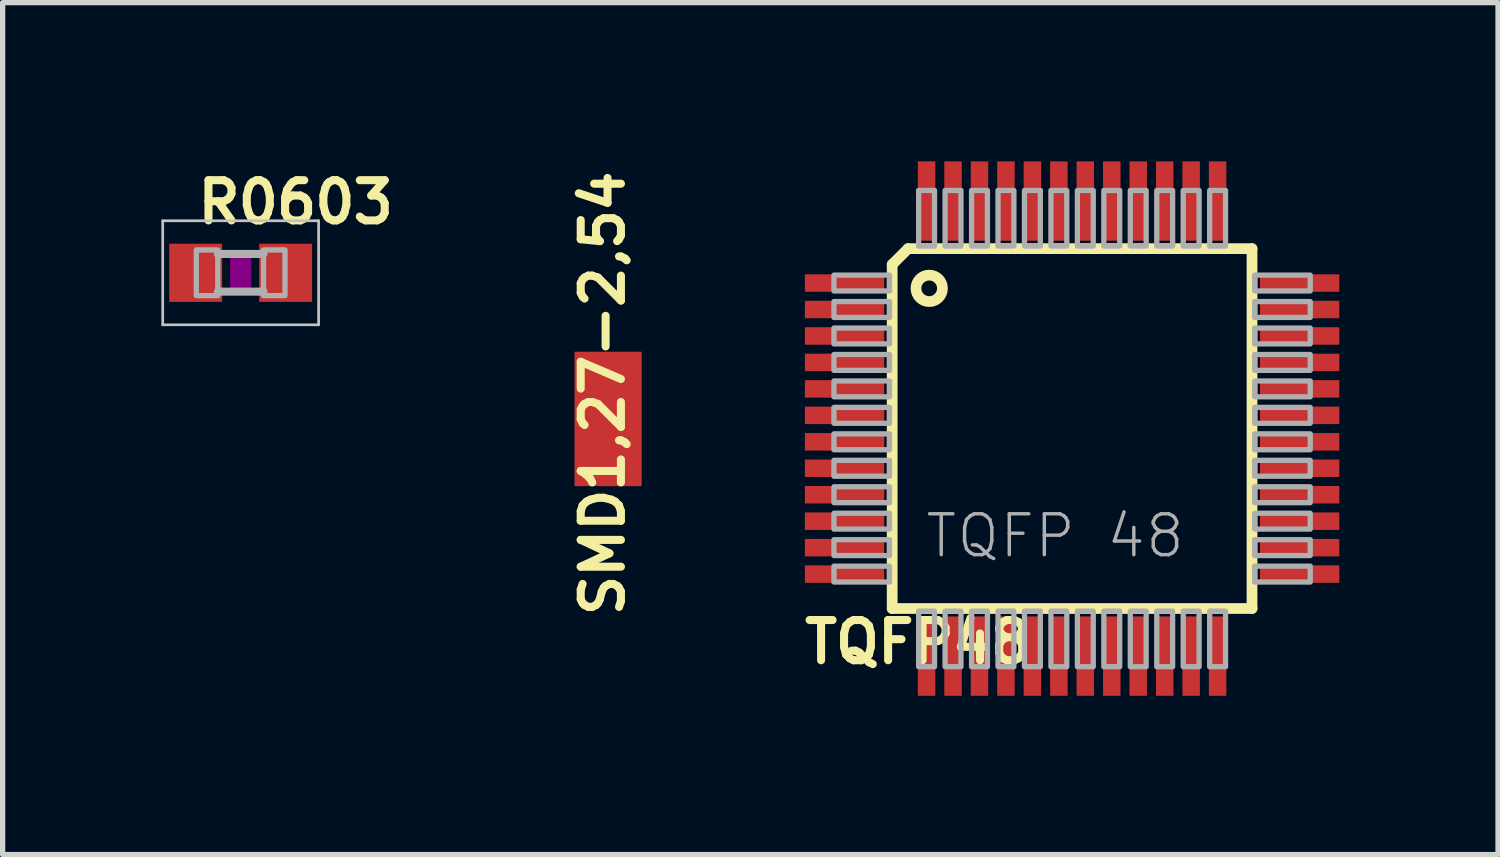
<source format=kicad_pcb>
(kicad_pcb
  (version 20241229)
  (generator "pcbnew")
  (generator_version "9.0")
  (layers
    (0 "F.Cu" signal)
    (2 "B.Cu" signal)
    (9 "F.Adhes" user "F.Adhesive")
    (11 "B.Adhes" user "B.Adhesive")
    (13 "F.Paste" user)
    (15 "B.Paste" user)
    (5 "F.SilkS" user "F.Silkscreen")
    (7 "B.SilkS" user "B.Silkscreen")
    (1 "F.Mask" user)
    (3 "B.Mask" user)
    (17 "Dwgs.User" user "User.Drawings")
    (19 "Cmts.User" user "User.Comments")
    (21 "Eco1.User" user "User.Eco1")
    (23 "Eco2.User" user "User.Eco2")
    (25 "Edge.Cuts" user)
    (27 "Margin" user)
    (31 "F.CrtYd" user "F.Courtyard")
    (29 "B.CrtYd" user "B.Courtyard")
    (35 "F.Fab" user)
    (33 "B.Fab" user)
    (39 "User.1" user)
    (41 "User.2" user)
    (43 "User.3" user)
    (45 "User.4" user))
  (footprint "TQFP48"
    (layer "F.Cu")
    (at 17.21 5.049)
    (property "Reference" "TQFP48" (at -5.133 4.479 0) (layer "F.SilkS") (effects (font (size 0.76 0.76) (thickness 0.152)) (justify left bottom)))
    (attr through_hole)
    (fp_line (start -3.4 -3.1) (end -3.4 3.4) (stroke (width 0.203) (type solid)) (layer "F.SilkS"))
    (fp_line (start -3.4 3.4) (end 3.4 3.4) (stroke (width 0.203) (type solid)) (layer "F.SilkS"))
    (fp_line (start -3.1 -3.4) (end -3.4 -3.1) (stroke (width 0.203) (type solid)) (layer "F.SilkS"))
    (fp_line (start 3.4 -3.4) (end -3.1 -3.4) (stroke (width 0.203) (type solid)) (layer "F.SilkS"))
    (fp_line (start 3.4 3.4) (end 3.4 -3.4) (stroke (width 0.203) (type solid)) (layer "F.SilkS"))
    (fp_circle (center -2.7 -2.65) (end -2.45 -2.65) (stroke (width 0.203) (type solid)) (fill no) (layer "F.SilkS"))
    (fp_poly (pts (xy -4.5 -2.6) (xy -3.45 -2.6) (xy -3.45 -2.9) (xy -4.5 -2.9)) (stroke (width 0.1) (type solid)) (fill no) (layer "F.Fab"))
    (fp_poly (pts (xy -4.5 -2.1) (xy -3.45 -2.1) (xy -3.45 -2.4) (xy -4.5 -2.4)) (stroke (width 0.1) (type solid)) (fill no) (layer "F.Fab"))
    (fp_poly (pts (xy -4.5 -1.6) (xy -3.45 -1.6) (xy -3.45 -1.9) (xy -4.5 -1.9)) (stroke (width 0.1) (type solid)) (fill no) (layer "F.Fab"))
    (fp_poly (pts (xy -4.5 -1.1) (xy -3.45 -1.1) (xy -3.45 -1.4) (xy -4.5 -1.4)) (stroke (width 0.1) (type solid)) (fill no) (layer "F.Fab"))
    (fp_poly (pts (xy -4.5 -0.6) (xy -3.45 -0.6) (xy -3.45 -0.9) (xy -4.5 -0.9)) (stroke (width 0.1) (type solid)) (fill no) (layer "F.Fab"))
    (fp_poly (pts (xy -4.5 -0.1) (xy -3.45 -0.1) (xy -3.45 -0.4) (xy -4.5 -0.4)) (stroke (width 0.1) (type solid)) (fill no) (layer "F.Fab"))
    (fp_poly (pts (xy -4.5 0.4) (xy -3.45 0.4) (xy -3.45 0.1) (xy -4.5 0.1)) (stroke (width 0.1) (type solid)) (fill no) (layer "F.Fab"))
    (fp_poly (pts (xy -4.5 0.9) (xy -3.45 0.9) (xy -3.45 0.6) (xy -4.5 0.6)) (stroke (width 0.1) (type solid)) (fill no) (layer "F.Fab"))
    (fp_poly (pts (xy -4.5 1.4) (xy -3.45 1.4) (xy -3.45 1.1) (xy -4.5 1.1)) (stroke (width 0.1) (type solid)) (fill no) (layer "F.Fab"))
    (fp_poly (pts (xy -4.5 1.9) (xy -3.45 1.9) (xy -3.45 1.6) (xy -4.5 1.6)) (stroke (width 0.1) (type solid)) (fill no) (layer "F.Fab"))
    (fp_poly (pts (xy -4.5 2.4) (xy -3.45 2.4) (xy -3.45 2.1) (xy -4.5 2.1)) (stroke (width 0.1) (type solid)) (fill no) (layer "F.Fab"))
    (fp_poly (pts (xy -4.5 2.9) (xy -3.45 2.9) (xy -3.45 2.6) (xy -4.5 2.6)) (stroke (width 0.1) (type solid)) (fill no) (layer "F.Fab"))
    (fp_poly (pts (xy -2.9 -3.45) (xy -2.6 -3.45) (xy -2.6 -4.5) (xy -2.9 -4.5)) (stroke (width 0.1) (type solid)) (fill no) (layer "F.Fab"))
    (fp_poly (pts (xy -2.9 4.5) (xy -2.6 4.5) (xy -2.6 3.45) (xy -2.9 3.45)) (stroke (width 0.1) (type solid)) (fill no) (layer "F.Fab"))
    (fp_poly (pts (xy -2.4 -3.45) (xy -2.1 -3.45) (xy -2.1 -4.5) (xy -2.4 -4.5)) (stroke (width 0.1) (type solid)) (fill no) (layer "F.Fab"))
    (fp_poly (pts (xy -2.4 4.5) (xy -2.1 4.5) (xy -2.1 3.45) (xy -2.4 3.45)) (stroke (width 0.1) (type solid)) (fill no) (layer "F.Fab"))
    (fp_poly (pts (xy -1.9 -3.45) (xy -1.6 -3.45) (xy -1.6 -4.5) (xy -1.9 -4.5)) (stroke (width 0.1) (type solid)) (fill no) (layer "F.Fab"))
    (fp_poly (pts (xy -1.9 4.5) (xy -1.6 4.5) (xy -1.6 3.45) (xy -1.9 3.45)) (stroke (width 0.1) (type solid)) (fill no) (layer "F.Fab"))
    (fp_poly (pts (xy -1.4 -3.45) (xy -1.1 -3.45) (xy -1.1 -4.5) (xy -1.4 -4.5)) (stroke (width 0.1) (type solid)) (fill no) (layer "F.Fab"))
    (fp_poly (pts (xy -1.4 4.5) (xy -1.1 4.5) (xy -1.1 3.45) (xy -1.4 3.45)) (stroke (width 0.1) (type solid)) (fill no) (layer "F.Fab"))
    (fp_poly (pts (xy -0.9 -3.45) (xy -0.6 -3.45) (xy -0.6 -4.5) (xy -0.9 -4.5)) (stroke (width 0.1) (type solid)) (fill no) (layer "F.Fab"))
    (fp_poly (pts (xy -0.9 4.5) (xy -0.6 4.5) (xy -0.6 3.45) (xy -0.9 3.45)) (stroke (width 0.1) (type solid)) (fill no) (layer "F.Fab"))
    (fp_poly (pts (xy -0.4 -3.45) (xy -0.1 -3.45) (xy -0.1 -4.5) (xy -0.4 -4.5)) (stroke (width 0.1) (type solid)) (fill no) (layer "F.Fab"))
    (fp_poly (pts (xy -0.4 4.5) (xy -0.1 4.5) (xy -0.1 3.45) (xy -0.4 3.45)) (stroke (width 0.1) (type solid)) (fill no) (layer "F.Fab"))
    (fp_poly (pts (xy 0.1 -3.45) (xy 0.4 -3.45) (xy 0.4 -4.5) (xy 0.1 -4.5)) (stroke (width 0.1) (type solid)) (fill no) (layer "F.Fab"))
    (fp_poly (pts (xy 0.1 4.5) (xy 0.4 4.5) (xy 0.4 3.45) (xy 0.1 3.45)) (stroke (width 0.1) (type solid)) (fill no) (layer "F.Fab"))
    (fp_poly (pts (xy 0.6 -3.45) (xy 0.9 -3.45) (xy 0.9 -4.5) (xy 0.6 -4.5)) (stroke (width 0.1) (type solid)) (fill no) (layer "F.Fab"))
    (fp_poly (pts (xy 0.6 4.5) (xy 0.9 4.5) (xy 0.9 3.45) (xy 0.6 3.45)) (stroke (width 0.1) (type solid)) (fill no) (layer "F.Fab"))
    (fp_poly (pts (xy 1.1 -3.45) (xy 1.4 -3.45) (xy 1.4 -4.5) (xy 1.1 -4.5)) (stroke (width 0.1) (type solid)) (fill no) (layer "F.Fab"))
    (fp_poly (pts (xy 1.1 4.5) (xy 1.4 4.5) (xy 1.4 3.45) (xy 1.1 3.45)) (stroke (width 0.1) (type solid)) (fill no) (layer "F.Fab"))
    (fp_poly (pts (xy 1.6 -3.45) (xy 1.9 -3.45) (xy 1.9 -4.5) (xy 1.6 -4.5)) (stroke (width 0.1) (type solid)) (fill no) (layer "F.Fab"))
    (fp_poly (pts (xy 1.6 4.5) (xy 1.9 4.5) (xy 1.9 3.45) (xy 1.6 3.45)) (stroke (width 0.1) (type solid)) (fill no) (layer "F.Fab"))
    (fp_poly (pts (xy 2.1 -3.45) (xy 2.4 -3.45) (xy 2.4 -4.5) (xy 2.1 -4.5)) (stroke (width 0.1) (type solid)) (fill no) (layer "F.Fab"))
    (fp_poly (pts (xy 2.1 4.5) (xy 2.4 4.5) (xy 2.4 3.45) (xy 2.1 3.45)) (stroke (width 0.1) (type solid)) (fill no) (layer "F.Fab"))
    (fp_poly (pts (xy 2.6 -3.45) (xy 2.9 -3.45) (xy 2.9 -4.5) (xy 2.6 -4.5)) (stroke (width 0.1) (type solid)) (fill no) (layer "F.Fab"))
    (fp_poly (pts (xy 2.6 4.5) (xy 2.9 4.5) (xy 2.9 3.45) (xy 2.6 3.45)) (stroke (width 0.1) (type solid)) (fill no) (layer "F.Fab"))
    (fp_poly (pts (xy 3.45 -2.6) (xy 4.5 -2.6) (xy 4.5 -2.9) (xy 3.45 -2.9)) (stroke (width 0.1) (type solid)) (fill no) (layer "F.Fab"))
    (fp_poly (pts (xy 3.45 -2.1) (xy 4.5 -2.1) (xy 4.5 -2.4) (xy 3.45 -2.4)) (stroke (width 0.1) (type solid)) (fill no) (layer "F.Fab"))
    (fp_poly (pts (xy 3.45 -1.6) (xy 4.5 -1.6) (xy 4.5 -1.9) (xy 3.45 -1.9)) (stroke (width 0.1) (type solid)) (fill no) (layer "F.Fab"))
    (fp_poly (pts (xy 3.45 -1.1) (xy 4.5 -1.1) (xy 4.5 -1.4) (xy 3.45 -1.4)) (stroke (width 0.1) (type solid)) (fill no) (layer "F.Fab"))
    (fp_poly (pts (xy 3.45 -0.6) (xy 4.5 -0.6) (xy 4.5 -0.9) (xy 3.45 -0.9)) (stroke (width 0.1) (type solid)) (fill no) (layer "F.Fab"))
    (fp_poly (pts (xy 3.45 -0.1) (xy 4.5 -0.1) (xy 4.5 -0.4) (xy 3.45 -0.4)) (stroke (width 0.1) (type solid)) (fill no) (layer "F.Fab"))
    (fp_poly (pts (xy 3.45 0.4) (xy 4.5 0.4) (xy 4.5 0.1) (xy 3.45 0.1)) (stroke (width 0.1) (type solid)) (fill no) (layer "F.Fab"))
    (fp_poly (pts (xy 3.45 0.9) (xy 4.5 0.9) (xy 4.5 0.6) (xy 3.45 0.6)) (stroke (width 0.1) (type solid)) (fill no) (layer "F.Fab"))
    (fp_poly (pts (xy 3.45 1.4) (xy 4.5 1.4) (xy 4.5 1.1) (xy 3.45 1.1)) (stroke (width 0.1) (type solid)) (fill no) (layer "F.Fab"))
    (fp_poly (pts (xy 3.45 1.9) (xy 4.5 1.9) (xy 4.5 1.6) (xy 3.45 1.6)) (stroke (width 0.1) (type solid)) (fill no) (layer "F.Fab"))
    (fp_poly (pts (xy 3.45 2.4) (xy 4.5 2.4) (xy 4.5 2.1) (xy 3.45 2.1)) (stroke (width 0.1) (type solid)) (fill no) (layer "F.Fab"))
    (fp_poly (pts (xy 3.45 2.9) (xy 4.5 2.9) (xy 4.5 2.6) (xy 3.45 2.6)) (stroke (width 0.1) (type solid)) (fill no) (layer "F.Fab"))
    (fp_text user "TQFP 48" (at -2.81 2.48 0) (layer "F.Fab") (effects (font (size 0.772 0.772) (thickness 0.065)) (justify left bottom)))
    (pad "1" smd rect (at -4.3 -2.75) (size 1.499 0.33) (layers "F.Cu" "F.Mask" "F.Paste"))
    (pad "2" smd rect (at -4.3 -2.25) (size 1.499 0.33) (layers "F.Cu" "F.Mask" "F.Paste"))
    (pad "3" smd rect (at -4.3 -1.75) (size 1.499 0.33) (layers "F.Cu" "F.Mask" "F.Paste"))
    (pad "4" smd rect (at -4.3 -1.25) (size 1.499 0.33) (layers "F.Cu" "F.Mask" "F.Paste"))
    (pad "5" smd rect (at -4.3 -0.75) (size 1.499 0.33) (layers "F.Cu" "F.Mask" "F.Paste"))
    (pad "6" smd rect (at -4.3 -0.25) (size 1.499 0.33) (layers "F.Cu" "F.Mask" "F.Paste"))
    (pad "7" smd rect (at -4.3 0.25) (size 1.499 0.33) (layers "F.Cu" "F.Mask" "F.Paste"))
    (pad "8" smd rect (at -4.3 0.75) (size 1.499 0.33) (layers "F.Cu" "F.Mask" "F.Paste"))
    (pad "9" smd rect (at -4.3 1.25) (size 1.499 0.33) (layers "F.Cu" "F.Mask" "F.Paste"))
    (pad "10" smd rect (at -4.3 1.75) (size 1.499 0.33) (layers "F.Cu" "F.Mask" "F.Paste"))
    (pad "11" smd rect (at -4.3 2.25) (size 1.499 0.33) (layers "F.Cu" "F.Mask" "F.Paste"))
    (pad "12" smd rect (at -4.3 2.75) (size 1.499 0.33) (layers "F.Cu" "F.Mask" "F.Paste"))
    (pad "13" smd rect (at -2.75 4.3) (size 0.33 1.499) (layers "F.Cu" "F.Mask" "F.Paste"))
    (pad "14" smd rect (at -2.25 4.3) (size 0.33 1.499) (layers "F.Cu" "F.Mask" "F.Paste"))
    (pad "15" smd rect (at -1.75 4.3) (size 0.33 1.499) (layers "F.Cu" "F.Mask" "F.Paste"))
    (pad "16" smd rect (at -1.25 4.3) (size 0.33 1.499) (layers "F.Cu" "F.Mask" "F.Paste"))
    (pad "17" smd rect (at -0.75 4.3) (size 0.33 1.499) (layers "F.Cu" "F.Mask" "F.Paste"))
    (pad "18" smd rect (at -0.25 4.3) (size 0.33 1.499) (layers "F.Cu" "F.Mask" "F.Paste"))
    (pad "19" smd rect (at 0.25 4.3) (size 0.33 1.499) (layers "F.Cu" "F.Mask" "F.Paste"))
    (pad "20" smd rect (at 0.75 4.3) (size 0.33 1.499) (layers "F.Cu" "F.Mask" "F.Paste"))
    (pad "21" smd rect (at 1.25 4.3) (size 0.33 1.499) (layers "F.Cu" "F.Mask" "F.Paste"))
    (pad "22" smd rect (at 1.75 4.3) (size 0.33 1.499) (layers "F.Cu" "F.Mask" "F.Paste"))
    (pad "23" smd rect (at 2.25 4.3) (size 0.33 1.499) (layers "F.Cu" "F.Mask" "F.Paste"))
    (pad "24" smd rect (at 2.75 4.3) (size 0.33 1.499) (layers "F.Cu" "F.Mask" "F.Paste"))
    (pad "25" smd rect (at 4.3 2.75) (size 1.499 0.33) (layers "F.Cu" "F.Mask" "F.Paste"))
    (pad "26" smd rect (at 4.3 2.25) (size 1.499 0.33) (layers "F.Cu" "F.Mask" "F.Paste"))
    (pad "27" smd rect (at 4.3 1.75) (size 1.499 0.33) (layers "F.Cu" "F.Mask" "F.Paste"))
    (pad "28" smd rect (at 4.3 1.25) (size 1.499 0.33) (layers "F.Cu" "F.Mask" "F.Paste"))
    (pad "29" smd rect (at 4.3 0.75) (size 1.499 0.33) (layers "F.Cu" "F.Mask" "F.Paste"))
    (pad "30" smd rect (at 4.3 0.25) (size 1.499 0.33) (layers "F.Cu" "F.Mask" "F.Paste"))
    (pad "31" smd rect (at 4.3 -0.25) (size 1.499 0.33) (layers "F.Cu" "F.Mask" "F.Paste"))
    (pad "32" smd rect (at 4.3 -0.75) (size 1.499 0.33) (layers "F.Cu" "F.Mask" "F.Paste"))
    (pad "33" smd rect (at 4.3 -1.25) (size 1.499 0.33) (layers "F.Cu" "F.Mask" "F.Paste"))
    (pad "34" smd rect (at 4.3 -1.75) (size 1.499 0.33) (layers "F.Cu" "F.Mask" "F.Paste"))
    (pad "35" smd rect (at 4.3 -2.25) (size 1.499 0.33) (layers "F.Cu" "F.Mask" "F.Paste"))
    (pad "36" smd rect (at 4.3 -2.75) (size 1.499 0.33) (layers "F.Cu" "F.Mask" "F.Paste"))
    (pad "37" smd rect (at 2.75 -4.3) (size 0.33 1.499) (layers "F.Cu" "F.Mask" "F.Paste"))
    (pad "38" smd rect (at 2.25 -4.3) (size 0.33 1.499) (layers "F.Cu" "F.Mask" "F.Paste"))
    (pad "39" smd rect (at 1.75 -4.3) (size 0.33 1.499) (layers "F.Cu" "F.Mask" "F.Paste"))
    (pad "40" smd rect (at 1.25 -4.3) (size 0.33 1.499) (layers "F.Cu" "F.Mask" "F.Paste"))
    (pad "41" smd rect (at 0.75 -4.3) (size 0.33 1.499) (layers "F.Cu" "F.Mask" "F.Paste"))
    (pad "42" smd rect (at 0.25 -4.3) (size 0.33 1.499) (layers "F.Cu" "F.Mask" "F.Paste"))
    (pad "43" smd rect (at -0.25 -4.3) (size 0.33 1.499) (layers "F.Cu" "F.Mask" "F.Paste"))
    (pad "44" smd rect (at -0.75 -4.3) (size 0.33 1.499) (layers "F.Cu" "F.Mask" "F.Paste"))
    (pad "45" smd rect (at -1.25 -4.3) (size 0.33 1.499) (layers "F.Cu" "F.Mask" "F.Paste"))
    (pad "46" smd rect (at -1.75 -4.3) (size 0.33 1.499) (layers "F.Cu" "F.Mask" "F.Paste"))
    (pad "47" smd rect (at -2.25 -4.3) (size 0.33 1.499) (layers "F.Cu" "F.Mask" "F.Paste"))
    (pad "48" smd rect (at -2.75 -4.3) (size 0.33 1.499) (layers "F.Cu" "F.Mask" "F.Paste")))
  (footprint "R0603"
    (layer "F.Cu")
    (at 1.498 2.105)
    (property "Reference" "R0603" (at -0.889 -0.889 180) (layer "F.SilkS") (effects (font (size 0.76 0.76) (thickness 0.152)) (justify left bottom)))
    (attr through_hole)
    (fp_poly (pts (xy -0.2 0.4) (xy 0.2 0.4) (xy 0.2 -0.4) (xy -0.2 -0.4)) (stroke (width 0) (type solid)) (fill yes) (layer "F.Adhes"))
    (fp_line (start -1.473 -0.983) (end 1.473 -0.983) (stroke (width 0.051) (type solid)) (layer "Dwgs.User"))
    (fp_line (start -1.473 0.983) (end -1.473 -0.983) (stroke (width 0.051) (type solid)) (layer "Dwgs.User"))
    (fp_line (start 1.473 -0.983) (end 1.473 0.983) (stroke (width 0.051) (type solid)) (layer "Dwgs.User"))
    (fp_line (start 1.473 0.983) (end -1.473 0.983) (stroke (width 0.051) (type solid)) (layer "Dwgs.User"))
    (fp_line (start -0.432 0.356) (end 0.432 0.356) (stroke (width 0.152) (type solid)) (layer "F.Fab"))
    (fp_line (start 0.432 -0.356) (end -0.432 -0.356) (stroke (width 0.152) (type solid)) (layer "F.Fab"))
    (fp_poly (pts (xy -0.838 0.432) (xy -0.432 0.432) (xy -0.432 -0.432) (xy -0.838 -0.432)) (stroke (width 0.1) (type solid)) (fill no) (layer "F.Fab"))
    (fp_poly (pts (xy 0.432 0.432) (xy 0.838 0.432) (xy 0.838 -0.432) (xy 0.432 -0.432)) (stroke (width 0.1) (type solid)) (fill no) (layer "F.Fab"))
    (pad "1" smd rect (at -0.85 0) (size 1 1.1) (layers "F.Cu" "F.Mask" "F.Paste"))
    (pad "2" smd rect (at 0.85 0) (size 1 1.1) (layers "F.Cu" "F.Mask" "F.Paste")))
  (footprint "SMD1,27-2,54"
    (layer "F.Cu")
    (at 8.442 4.867)
    (property "Reference" "SMD1,27-2,54" (at 0.343 3.797 270) (layer "F.SilkS") (effects (font (size 0.76 0.76) (thickness 0.152)) (justify left bottom)))
    (attr through_hole)
    (pad "1" smd rect (at 0 0) (size 1.27 2.54) (layers "F.Cu" "F.Mask" "F.Paste")))
  (gr_rect
    (start -3 -3)
    (end 25.259 13.099)
    (stroke (width 0.1) (type default))
    (fill no)
    (layer "Edge.Cuts")))
</source>
